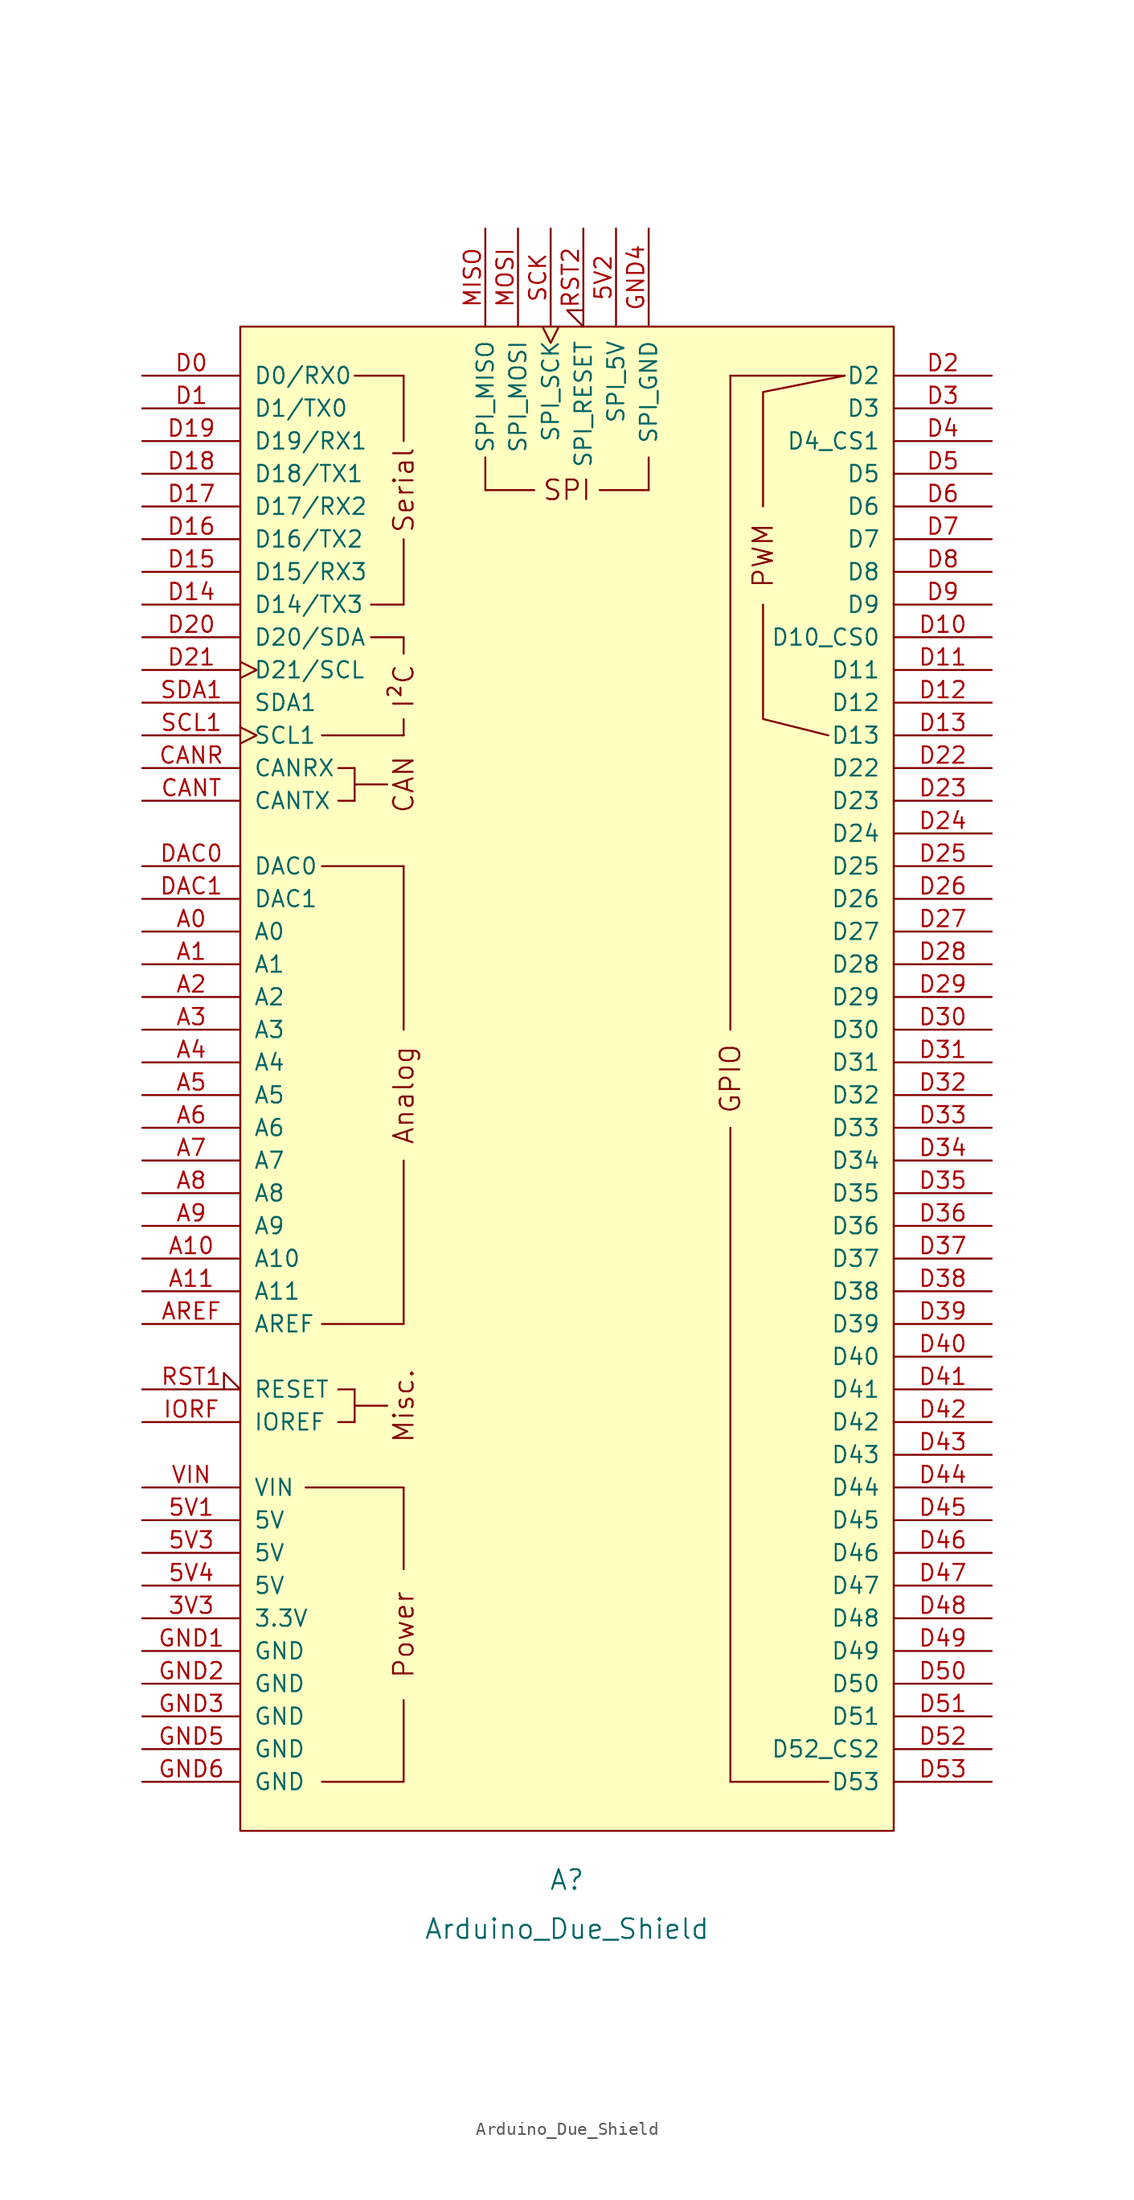
<source format=kicad_sym>
(kicad_symbol_lib
  (version 20241209)
  (generator "kicad_symbol_editor")
  (generator_version "9.0")
  (symbol "Arduino_Due_Shield"
    (pin_names
      (offset 1.016))
    (property "Reference" "A"
      (at 0 -62.23 0)
      (effects (font (size 1.524 1.524))))
    (property "Value" "Arduino_Due_Shield"
      (at 0 -66.04 0)
      (effects (font (size 1.524 1.524))))
    (symbol "Arduino_Due_Shield_0_0"
      (rectangle (start -25.4 -58.42) (end 25.4 58.42) (stroke (width 0) (type default)) (fill (type background)))
      (rectangle (start -20.32 -31.75) (end -12.7 -31.75) (stroke (width 0) (type default)) (fill (type none)))
      (rectangle (start -19.05 26.67) (end -12.7 26.67) (stroke (width 0) (type default)) (fill (type none)))
      (rectangle (start -19.05 16.51) (end -12.7 16.51) (stroke (width 0) (type default)) (fill (type none)))
      (rectangle (start -19.05 -19.05) (end -12.7 -19.05) (stroke (width 0) (type default)) (fill (type none)))
      (rectangle (start -19.05 -54.61) (end -12.7 -54.61) (stroke (width 0) (type default)) (fill (type none)))
      (rectangle (start -17.78 24.13) (end -16.51 24.13) (stroke (width 0) (type default)) (fill (type none)))
      (rectangle (start -17.78 21.59) (end -16.51 21.59) (stroke (width 0) (type default)) (fill (type none)))
      (rectangle (start -17.78 -24.13) (end -16.51 -24.13) (stroke (width 0) (type default)) (fill (type none)))
      (rectangle (start -17.78 -26.67) (end -16.51 -26.67) (stroke (width 0) (type default)) (fill (type none)))
      (rectangle (start -16.51 54.61) (end -12.7 54.61) (stroke (width 0) (type default)) (fill (type none)))
      (rectangle (start -16.51 24.13) (end -16.51 21.59) (stroke (width 0) (type default)) (fill (type none)))
      (rectangle (start -16.51 22.86) (end -13.97 22.86) (stroke (width 0) (type default)) (fill (type none)))
      (rectangle (start -16.51 -24.13) (end -16.51 -26.67) (stroke (width 0) (type default)) (fill (type none)))
      (rectangle (start -16.51 -25.4) (end -13.97 -25.4) (stroke (width 0) (type default)) (fill (type none)))
      (rectangle (start -15.24 36.83) (end -12.7 36.83) (stroke (width 0) (type default)) (fill (type none)))
      (rectangle (start -15.24 34.29) (end -12.7 34.29) (stroke (width 0) (type default)) (fill (type none)))
      (rectangle (start -12.7 49.53) (end -12.7 54.61) (stroke (width 0) (type default)) (fill (type none)))
      (rectangle (start -12.7 41.91) (end -12.7 36.83) (stroke (width 0) (type default)) (fill (type none)))
      (rectangle (start -12.7 34.29) (end -12.7 33.02) (stroke (width 0) (type default)) (fill (type none)))
      (rectangle (start -12.7 26.67) (end -12.7 27.94) (stroke (width 0) (type default)) (fill (type none)))
      (rectangle (start -12.7 16.51) (end -12.7 3.81) (stroke (width 0) (type default)) (fill (type none)))
      (rectangle (start -12.7 -6.35) (end -12.7 -19.05) (stroke (width 0) (type default)) (fill (type none)))
      (rectangle (start -12.7 -31.75) (end -12.7 -38.1) (stroke (width 0) (type default)) (fill (type none)))
      (rectangle (start -12.7 -54.61) (end -12.7 -48.26) (stroke (width 0) (type default)) (fill (type none)))
      (rectangle (start -6.35 48.26) (end -6.35 45.72) (stroke (width 0) (type default)) (fill (type none)))
      (rectangle (start -2.54 45.72) (end -6.35 45.72) (stroke (width 0) (type default)) (fill (type none)))
      (rectangle (start 6.35 48.26) (end 6.35 45.72) (stroke (width 0) (type default)) (fill (type none)))
      (rectangle (start 6.35 45.72) (end 2.54 45.72) (stroke (width 0) (type default)) (fill (type none)))
      (polyline (pts (xy 12.7 -54.61) (xy 20.32 -54.61)) (stroke (width 0) (type default)) (fill (type none)))
      (polyline (pts (xy 15.24 44.45) (xy 15.24 53.34) (xy 21.59 54.61)) (stroke (width 0) (type default)) (fill (type none)))
      (polyline (pts (xy 20.32 26.67) (xy 15.24 27.94) (xy 15.24 36.83)) (stroke (width 0) (type default)) (fill (type none)))
      (polyline (pts (xy 21.59 54.61) (xy 12.7 54.61)) (stroke (width 0) (type default)) (fill (type none)))
      (text "Serial" (at -12.7 45.72 900) (effects (font (size 1.524 1.524))))
      (text "I²C" (at -12.7 30.48 900) (effects (font (size 1.524 1.524))))
      (text "CAN" (at -12.7 22.86 900) (effects (font (size 1.524 1.524))))
      (text "Analog" (at -12.7 -1.27 900) (effects (font (size 1.524 1.524))))
      (text "Misc." (at -12.7 -25.4 900) (effects (font (size 1.524 1.524))))
      (text "Power" (at -12.7 -43.18 900) (effects (font (size 1.524 1.524))))
      (text "SPI" (at 0 45.72 0) (effects (font (size 1.524 1.524))))
      (text "PWM" (at 15.24 40.64 900) (effects (font (size 1.524 1.524)))))
    (symbol "Arduino_Due_Shield_1_0"
      (rectangle (start 12.7 54.61) (end 12.7 3.81) (stroke (width 0) (type default)) (fill (type none)))
      (rectangle (start 12.7 -54.61) (end 12.7 -3.81) (stroke (width 0) (type default)) (fill (type none)))
      (text "GPIO" (at 12.7 0 900) (effects (font (size 1.524 1.524)))))
    (symbol "Arduino_Due_Shield_1_1"
      (pin bidirectional line (at -33.02 54.61 0) (length 7.62) (name "D0/RX0" (effects (font (size 1.27 1.27)))) (number "D0" (effects (font (size 1.27 1.27)))))
      (pin bidirectional line (at -33.02 52.07 0) (length 7.62) (name "D1/TX0" (effects (font (size 1.27 1.27)))) (number "D1" (effects (font (size 1.27 1.27)))))
      (pin bidirectional line (at -33.02 49.53 0) (length 7.62) (name "D19/RX1" (effects (font (size 1.27 1.27)))) (number "D19" (effects (font (size 1.27 1.27)))))
      (pin bidirectional line (at -33.02 46.99 0) (length 7.62) (name "D18/TX1" (effects (font (size 1.27 1.27)))) (number "D18" (effects (font (size 1.27 1.27)))))
      (pin bidirectional line (at -33.02 44.45 0) (length 7.62) (name "D17/RX2" (effects (font (size 1.27 1.27)))) (number "D17" (effects (font (size 1.27 1.27)))))
      (pin bidirectional line (at -33.02 41.91 0) (length 7.62) (name "D16/TX2" (effects (font (size 1.27 1.27)))) (number "D16" (effects (font (size 1.27 1.27)))))
      (pin bidirectional line (at -33.02 39.37 0) (length 7.62) (name "D15/RX3" (effects (font (size 1.27 1.27)))) (number "D15" (effects (font (size 1.27 1.27)))))
      (pin bidirectional line (at -33.02 36.83 0) (length 7.62) (name "D14/TX3" (effects (font (size 1.27 1.27)))) (number "D14" (effects (font (size 1.27 1.27)))))
      (pin bidirectional line (at -33.02 34.29 0) (length 7.62) (name "D20/SDA" (effects (font (size 1.27 1.27)))) (number "D20" (effects (font (size 1.27 1.27)))))
      (pin bidirectional clock (at -33.02 31.75 0) (length 7.62) (name "D21/SCL" (effects (font (size 1.27 1.27)))) (number "D21" (effects (font (size 1.27 1.27)))))
      (pin bidirectional line (at -33.02 29.21 0) (length 7.62) (name "SDA1" (effects (font (size 1.27 1.27)))) (number "SDA1" (effects (font (size 1.27 1.27)))))
      (pin bidirectional clock (at -33.02 26.67 0) (length 7.62) (name "SCL1" (effects (font (size 1.27 1.27)))) (number "SCL1" (effects (font (size 1.27 1.27)))))
      (pin bidirectional line (at -33.02 24.13 0) (length 7.62) (name "CANRX" (effects (font (size 1.27 1.27)))) (number "CANR" (effects (font (size 1.27 1.27)))))
      (pin bidirectional line (at -33.02 21.59 0) (length 7.62) (name "CANTX" (effects (font (size 1.27 1.27)))) (number "CANT" (effects (font (size 1.27 1.27)))))
      (pin bidirectional line (at -33.02 16.51 0) (length 7.62) (name "DAC0" (effects (font (size 1.27 1.27)))) (number "DAC0" (effects (font (size 1.27 1.27)))))
      (pin bidirectional line (at -33.02 13.97 0) (length 7.62) (name "DAC1" (effects (font (size 1.27 1.27)))) (number "DAC1" (effects (font (size 1.27 1.27)))))
      (pin bidirectional line (at -33.02 11.43 0) (length 7.62) (name "A0" (effects (font (size 1.27 1.27)))) (number "A0" (effects (font (size 1.27 1.27)))))
      (pin bidirectional line (at -33.02 8.89 0) (length 7.62) (name "A1" (effects (font (size 1.27 1.27)))) (number "A1" (effects (font (size 1.27 1.27)))))
      (pin bidirectional line (at -33.02 6.35 0) (length 7.62) (name "A2" (effects (font (size 1.27 1.27)))) (number "A2" (effects (font (size 1.27 1.27)))))
      (pin bidirectional line (at -33.02 3.81 0) (length 7.62) (name "A3" (effects (font (size 1.27 1.27)))) (number "A3" (effects (font (size 1.27 1.27)))))
      (pin bidirectional line (at -33.02 1.27 0) (length 7.62) (name "A4" (effects (font (size 1.27 1.27)))) (number "A4" (effects (font (size 1.27 1.27)))))
      (pin bidirectional line (at -33.02 -1.27 0) (length 7.62) (name "A5" (effects (font (size 1.27 1.27)))) (number "A5" (effects (font (size 1.27 1.27)))))
      (pin bidirectional line (at -33.02 -3.81 0) (length 7.62) (name "A6" (effects (font (size 1.27 1.27)))) (number "A6" (effects (font (size 1.27 1.27)))))
      (pin bidirectional line (at -33.02 -6.35 0) (length 7.62) (name "A7" (effects (font (size 1.27 1.27)))) (number "A7" (effects (font (size 1.27 1.27)))))
      (pin bidirectional line (at -33.02 -8.89 0) (length 7.62) (name "A8" (effects (font (size 1.27 1.27)))) (number "A8" (effects (font (size 1.27 1.27)))))
      (pin bidirectional line (at -33.02 -11.43 0) (length 7.62) (name "A9" (effects (font (size 1.27 1.27)))) (number "A9" (effects (font (size 1.27 1.27)))))
      (pin bidirectional line (at -33.02 -13.97 0) (length 7.62) (name "A10" (effects (font (size 1.27 1.27)))) (number "A10" (effects (font (size 1.27 1.27)))))
      (pin bidirectional line (at -33.02 -16.51 0) (length 7.62) (name "A11" (effects (font (size 1.27 1.27)))) (number "A11" (effects (font (size 1.27 1.27)))))
      (pin input line (at -33.02 -19.05 0) (length 7.62) (name "AREF" (effects (font (size 1.27 1.27)))) (number "AREF" (effects (font (size 1.27 1.27)))))
      (pin open_collector input_low (at -33.02 -24.13 0) (length 7.62) (name "RESET" (effects (font (size 1.27 1.27)))) (number "RST1" (effects (font (size 1.27 1.27)))))
      (pin output line (at -33.02 -26.67 0) (length 7.62) (name "IOREF" (effects (font (size 1.27 1.27)))) (number "IORF" (effects (font (size 1.27 1.27)))))
      (pin power_in line (at -33.02 -31.75 0) (length 7.62) (name "VIN" (effects (font (size 1.27 1.27)))) (number "VIN" (effects (font (size 1.27 1.27)))))
      (pin power_in line (at -33.02 -34.29 0) (length 7.62) (name "5V" (effects (font (size 1.27 1.27)))) (number "5V1" (effects (font (size 1.27 1.27)))))
      (pin power_in line (at -33.02 -36.83 0) (length 7.62) (name "5V" (effects (font (size 1.27 1.27)))) (number "5V3" (effects (font (size 1.27 1.27)))))
      (pin power_in line (at -33.02 -39.37 0) (length 7.62) (name "5V" (effects (font (size 1.27 1.27)))) (number "5V4" (effects (font (size 1.27 1.27)))))
      (pin power_out line (at -33.02 -41.91 0) (length 7.62) (name "3.3V" (effects (font (size 1.27 1.27)))) (number "3V3" (effects (font (size 1.27 1.27)))))
      (pin power_in line (at -33.02 -44.45 0) (length 7.62) (name "GND" (effects (font (size 1.27 1.27)))) (number "GND1" (effects (font (size 1.27 1.27)))))
      (pin power_in line (at -33.02 -46.99 0) (length 7.62) (name "GND" (effects (font (size 1.27 1.27)))) (number "GND2" (effects (font (size 1.27 1.27)))))
      (pin power_in line (at -33.02 -49.53 0) (length 7.62) (name "GND" (effects (font (size 1.27 1.27)))) (number "GND3" (effects (font (size 1.27 1.27)))))
      (pin power_in line (at -33.02 -52.07 0) (length 7.62) (name "GND" (effects (font (size 1.27 1.27)))) (number "GND5" (effects (font (size 1.27 1.27)))))
      (pin power_in line (at -33.02 -54.61 0) (length 7.62) (name "GND" (effects (font (size 1.27 1.27)))) (number "GND6" (effects (font (size 1.27 1.27)))))
      (pin input line (at -6.35 66.04 270) (length 7.62) (name "SPI_MISO" (effects (font (size 1.27 1.27)))) (number "MISO" (effects (font (size 1.27 1.27)))))
      (pin output line (at -3.81 66.04 270) (length 7.62) (name "SPI_MOSI" (effects (font (size 1.27 1.27)))) (number "MOSI" (effects (font (size 1.27 1.27)))))
      (pin output clock (at -1.27 66.04 270) (length 7.62) (name "SPI_SCK" (effects (font (size 1.27 1.27)))) (number "SCK" (effects (font (size 1.27 1.27)))))
      (pin open_collector input_low (at 1.27 66.04 270) (length 7.62) (name "SPI_RESET" (effects (font (size 1.27 1.27)))) (number "RST2" (effects (font (size 1.27 1.27)))))
      (pin power_in line (at 3.81 66.04 270) (length 7.62) (name "SPI_5V" (effects (font (size 1.27 1.27)))) (number "5V2" (effects (font (size 1.27 1.27)))))
      (pin power_in line (at 6.35 66.04 270) (length 7.62) (name "SPI_GND" (effects (font (size 1.27 1.27)))) (number "GND4" (effects (font (size 1.27 1.27)))))
      (pin bidirectional line (at 33.02 54.61 180) (length 7.62) (name "D2" (effects (font (size 1.27 1.27)))) (number "D2" (effects (font (size 1.27 1.27)))))
      (pin bidirectional line (at 33.02 52.07 180) (length 7.62) (name "D3" (effects (font (size 1.27 1.27)))) (number "D3" (effects (font (size 1.27 1.27)))))
      (pin bidirectional line (at 33.02 49.53 180) (length 7.62) (name "D4_CS1" (effects (font (size 1.27 1.27)))) (number "D4" (effects (font (size 1.27 1.27)))))
      (pin bidirectional line (at 33.02 46.99 180) (length 7.62) (name "D5" (effects (font (size 1.27 1.27)))) (number "D5" (effects (font (size 1.27 1.27)))))
      (pin bidirectional line (at 33.02 44.45 180) (length 7.62) (name "D6" (effects (font (size 1.27 1.27)))) (number "D6" (effects (font (size 1.27 1.27)))))
      (pin bidirectional line (at 33.02 41.91 180) (length 7.62) (name "D7" (effects (font (size 1.27 1.27)))) (number "D7" (effects (font (size 1.27 1.27)))))
      (pin bidirectional line (at 33.02 39.37 180) (length 7.62) (name "D8" (effects (font (size 1.27 1.27)))) (number "D8" (effects (font (size 1.27 1.27)))))
      (pin bidirectional line (at 33.02 36.83 180) (length 7.62) (name "D9" (effects (font (size 1.27 1.27)))) (number "D9" (effects (font (size 1.27 1.27)))))
      (pin bidirectional line (at 33.02 34.29 180) (length 7.62) (name "D10_CS0" (effects (font (size 1.27 1.27)))) (number "D10" (effects (font (size 1.27 1.27)))))
      (pin bidirectional line (at 33.02 31.75 180) (length 7.62) (name "D11" (effects (font (size 1.27 1.27)))) (number "D11" (effects (font (size 1.27 1.27)))))
      (pin bidirectional line (at 33.02 29.21 180) (length 7.62) (name "D12" (effects (font (size 1.27 1.27)))) (number "D12" (effects (font (size 1.27 1.27)))))
      (pin bidirectional line (at 33.02 26.67 180) (length 7.62) (name "D13" (effects (font (size 1.27 1.27)))) (number "D13" (effects (font (size 1.27 1.27)))))
      (pin bidirectional line (at 33.02 24.13 180) (length 7.62) (name "D22" (effects (font (size 1.27 1.27)))) (number "D22" (effects (font (size 1.27 1.27)))))
      (pin bidirectional line (at 33.02 21.59 180) (length 7.62) (name "D23" (effects (font (size 1.27 1.27)))) (number "D23" (effects (font (size 1.27 1.27)))))
      (pin bidirectional line (at 33.02 19.05 180) (length 7.62) (name "D24" (effects (font (size 1.27 1.27)))) (number "D24" (effects (font (size 1.27 1.27)))))
      (pin bidirectional line (at 33.02 16.51 180) (length 7.62) (name "D25" (effects (font (size 1.27 1.27)))) (number "D25" (effects (font (size 1.27 1.27)))))
      (pin bidirectional line (at 33.02 13.97 180) (length 7.62) (name "D26" (effects (font (size 1.27 1.27)))) (number "D26" (effects (font (size 1.27 1.27)))))
      (pin bidirectional line (at 33.02 11.43 180) (length 7.62) (name "D27" (effects (font (size 1.27 1.27)))) (number "D27" (effects (font (size 1.27 1.27)))))
      (pin bidirectional line (at 33.02 8.89 180) (length 7.62) (name "D28" (effects (font (size 1.27 1.27)))) (number "D28" (effects (font (size 1.27 1.27)))))
      (pin bidirectional line (at 33.02 6.35 180) (length 7.62) (name "D29" (effects (font (size 1.27 1.27)))) (number "D29" (effects (font (size 1.27 1.27)))))
      (pin bidirectional line (at 33.02 3.81 180) (length 7.62) (name "D30" (effects (font (size 1.27 1.27)))) (number "D30" (effects (font (size 1.27 1.27)))))
      (pin bidirectional line (at 33.02 1.27 180) (length 7.62) (name "D31" (effects (font (size 1.27 1.27)))) (number "D31" (effects (font (size 1.27 1.27)))))
      (pin bidirectional line (at 33.02 -1.27 180) (length 7.62) (name "D32" (effects (font (size 1.27 1.27)))) (number "D32" (effects (font (size 1.27 1.27)))))
      (pin bidirectional line (at 33.02 -3.81 180) (length 7.62) (name "D33" (effects (font (size 1.27 1.27)))) (number "D33" (effects (font (size 1.27 1.27)))))
      (pin bidirectional line (at 33.02 -6.35 180) (length 7.62) (name "D34" (effects (font (size 1.27 1.27)))) (number "D34" (effects (font (size 1.27 1.27)))))
      (pin bidirectional line (at 33.02 -8.89 180) (length 7.62) (name "D35" (effects (font (size 1.27 1.27)))) (number "D35" (effects (font (size 1.27 1.27)))))
      (pin bidirectional line (at 33.02 -11.43 180) (length 7.62) (name "D36" (effects (font (size 1.27 1.27)))) (number "D36" (effects (font (size 1.27 1.27)))))
      (pin bidirectional line (at 33.02 -13.97 180) (length 7.62) (name "D37" (effects (font (size 1.27 1.27)))) (number "D37" (effects (font (size 1.27 1.27)))))
      (pin bidirectional line (at 33.02 -16.51 180) (length 7.62) (name "D38" (effects (font (size 1.27 1.27)))) (number "D38" (effects (font (size 1.27 1.27)))))
      (pin bidirectional line (at 33.02 -19.05 180) (length 7.62) (name "D39" (effects (font (size 1.27 1.27)))) (number "D39" (effects (font (size 1.27 1.27)))))
      (pin bidirectional line (at 33.02 -21.59 180) (length 7.62) (name "D40" (effects (font (size 1.27 1.27)))) (number "D40" (effects (font (size 1.27 1.27)))))
      (pin bidirectional line (at 33.02 -24.13 180) (length 7.62) (name "D41" (effects (font (size 1.27 1.27)))) (number "D41" (effects (font (size 1.27 1.27)))))
      (pin bidirectional line (at 33.02 -26.67 180) (length 7.62) (name "D42" (effects (font (size 1.27 1.27)))) (number "D42" (effects (font (size 1.27 1.27)))))
      (pin bidirectional line (at 33.02 -29.21 180) (length 7.62) (name "D43" (effects (font (size 1.27 1.27)))) (number "D43" (effects (font (size 1.27 1.27)))))
      (pin bidirectional line (at 33.02 -31.75 180) (length 7.62) (name "D44" (effects (font (size 1.27 1.27)))) (number "D44" (effects (font (size 1.27 1.27)))))
      (pin bidirectional line (at 33.02 -34.29 180) (length 7.62) (name "D45" (effects (font (size 1.27 1.27)))) (number "D45" (effects (font (size 1.27 1.27)))))
      (pin bidirectional line (at 33.02 -36.83 180) (length 7.62) (name "D46" (effects (font (size 1.27 1.27)))) (number "D46" (effects (font (size 1.27 1.27)))))
      (pin bidirectional line (at 33.02 -39.37 180) (length 7.62) (name "D47" (effects (font (size 1.27 1.27)))) (number "D47" (effects (font (size 1.27 1.27)))))
      (pin bidirectional line (at 33.02 -41.91 180) (length 7.62) (name "D48" (effects (font (size 1.27 1.27)))) (number "D48" (effects (font (size 1.27 1.27)))))
      (pin bidirectional line (at 33.02 -44.45 180) (length 7.62) (name "D49" (effects (font (size 1.27 1.27)))) (number "D49" (effects (font (size 1.27 1.27)))))
      (pin bidirectional line (at 33.02 -46.99 180) (length 7.62) (name "D50" (effects (font (size 1.27 1.27)))) (number "D50" (effects (font (size 1.27 1.27)))))
      (pin bidirectional line (at 33.02 -49.53 180) (length 7.62) (name "D51" (effects (font (size 1.27 1.27)))) (number "D51" (effects (font (size 1.27 1.27)))))
      (pin bidirectional line (at 33.02 -52.07 180) (length 7.62) (name "D52_CS2" (effects (font (size 1.27 1.27)))) (number "D52" (effects (font (size 1.27 1.27)))))
      (pin bidirectional line (at 33.02 -54.61 180) (length 7.62) (name "D53" (effects (font (size 1.27 1.27)))) (number "D53" (effects (font (size 1.27 1.27))))))))
</source>
